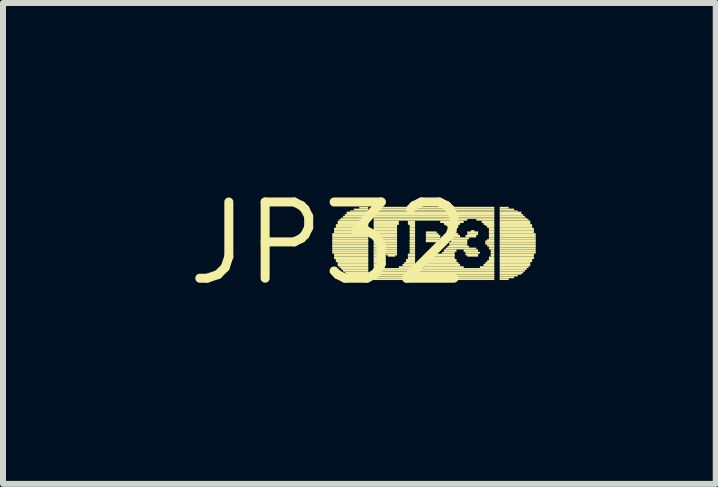
<source format=kicad_pcb>
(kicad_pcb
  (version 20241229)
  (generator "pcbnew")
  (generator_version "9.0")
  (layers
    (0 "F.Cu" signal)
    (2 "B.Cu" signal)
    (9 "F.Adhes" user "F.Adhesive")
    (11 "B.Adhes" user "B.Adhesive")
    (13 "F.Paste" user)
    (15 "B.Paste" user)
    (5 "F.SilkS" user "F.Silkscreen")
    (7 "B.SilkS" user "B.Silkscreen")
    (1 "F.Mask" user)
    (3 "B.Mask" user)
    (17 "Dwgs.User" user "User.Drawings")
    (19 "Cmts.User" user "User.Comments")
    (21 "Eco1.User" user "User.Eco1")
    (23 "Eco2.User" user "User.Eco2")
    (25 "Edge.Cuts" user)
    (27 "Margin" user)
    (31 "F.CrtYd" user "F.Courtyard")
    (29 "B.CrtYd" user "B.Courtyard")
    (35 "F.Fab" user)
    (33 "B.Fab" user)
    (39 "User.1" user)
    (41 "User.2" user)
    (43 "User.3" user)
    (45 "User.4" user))
  (footprint "JP32"
    (layer "F.Cu")
    (at 2.426 1.006)
    (property "Reference" "JP32" (at 0 0 0) (layer "F.SilkS") (effects (font (size 1.27 1.27) (thickness 0.15))))
    (fp_poly (pts (xy 0.06 -0.14) (xy 0.66 -0.14) (xy 0.66 -0.17) (xy 0.06 -0.17)) (stroke (width 0) (type solid)) (fill yes) (layer "F.SilkS"))
    (fp_poly (pts (xy 0.06 -0.1) (xy 0.66 -0.1) (xy 0.66 -0.14) (xy 0.06 -0.14)) (stroke (width 0) (type solid)) (fill yes) (layer "F.SilkS"))
    (fp_poly (pts (xy 0.06 -0.07) (xy 0.66 -0.07) (xy 0.66 -0.1) (xy 0.06 -0.1)) (stroke (width 0) (type solid)) (fill yes) (layer "F.SilkS"))
    (fp_poly (pts (xy 0.06 -0.04) (xy 0.66 -0.04) (xy 0.66 -0.07) (xy 0.06 -0.07)) (stroke (width 0) (type solid)) (fill yes) (layer "F.SilkS"))
    (fp_poly (pts (xy 0.06 -0.02) (xy 0.66 -0.02) (xy 0.66 -0.05) (xy 0.06 -0.05)) (stroke (width 0) (type solid)) (fill yes) (layer "F.SilkS"))
    (fp_poly (pts (xy 0.06 0.02) (xy 0.66 0.02) (xy 0.66 -0.02) (xy 0.06 -0.02)) (stroke (width 0) (type solid)) (fill yes) (layer "F.SilkS"))
    (fp_poly (pts (xy 0.06 0.05) (xy 0.66 0.05) (xy 0.66 0.02) (xy 0.06 0.02)) (stroke (width 0) (type solid)) (fill yes) (layer "F.SilkS"))
    (fp_poly (pts (xy 0.06 0.07) (xy 0.66 0.07) (xy 0.66 0.04) (xy 0.06 0.04)) (stroke (width 0) (type solid)) (fill yes) (layer "F.SilkS"))
    (fp_poly (pts (xy 0.06 0.1) (xy 0.66 0.1) (xy 0.66 0.07) (xy 0.06 0.07)) (stroke (width 0) (type solid)) (fill yes) (layer "F.SilkS"))
    (fp_poly (pts (xy 0.06 0.14) (xy 0.66 0.14) (xy 0.66 0.1) (xy 0.06 0.1)) (stroke (width 0) (type solid)) (fill yes) (layer "F.SilkS"))
    (fp_poly (pts (xy 0.06 0.17) (xy 0.66 0.17) (xy 0.66 0.14) (xy 0.06 0.14)) (stroke (width 0) (type solid)) (fill yes) (layer "F.SilkS"))
    (fp_poly (pts (xy 0.09 -0.22) (xy 0.66 -0.22) (xy 0.66 -0.26) (xy 0.09 -0.26)) (stroke (width 0) (type solid)) (fill yes) (layer "F.SilkS"))
    (fp_poly (pts (xy 0.09 -0.19) (xy 0.66 -0.19) (xy 0.66 -0.22) (xy 0.09 -0.22)) (stroke (width 0) (type solid)) (fill yes) (layer "F.SilkS"))
    (fp_poly (pts (xy 0.09 -0.17) (xy 0.66 -0.17) (xy 0.66 -0.2) (xy 0.09 -0.2)) (stroke (width 0) (type solid)) (fill yes) (layer "F.SilkS"))
    (fp_poly (pts (xy 0.09 0.2) (xy 0.66 0.2) (xy 0.66 0.17) (xy 0.09 0.17)) (stroke (width 0) (type solid)) (fill yes) (layer "F.SilkS"))
    (fp_poly (pts (xy 0.09 0.22) (xy 0.66 0.22) (xy 0.66 0.19) (xy 0.09 0.19)) (stroke (width 0) (type solid)) (fill yes) (layer "F.SilkS"))
    (fp_poly (pts (xy 0.09 0.26) (xy 0.66 0.26) (xy 0.66 0.22) (xy 0.09 0.22)) (stroke (width 0) (type solid)) (fill yes) (layer "F.SilkS"))
    (fp_poly (pts (xy 0.12 -0.29) (xy 0.66 -0.29) (xy 0.66 -0.32) (xy 0.12 -0.32)) (stroke (width 0) (type solid)) (fill yes) (layer "F.SilkS"))
    (fp_poly (pts (xy 0.12 -0.26) (xy 0.66 -0.26) (xy 0.66 -0.29) (xy 0.12 -0.29)) (stroke (width 0) (type solid)) (fill yes) (layer "F.SilkS"))
    (fp_poly (pts (xy 0.12 0.29) (xy 0.66 0.29) (xy 0.66 0.26) (xy 0.12 0.26)) (stroke (width 0) (type solid)) (fill yes) (layer "F.SilkS"))
    (fp_poly (pts (xy 0.12 0.31) (xy 0.66 0.31) (xy 0.66 0.28) (xy 0.12 0.28)) (stroke (width 0) (type solid)) (fill yes) (layer "F.SilkS"))
    (fp_poly (pts (xy 0.15 -0.34) (xy 0.66 -0.34) (xy 0.66 -0.38) (xy 0.15 -0.38)) (stroke (width 0) (type solid)) (fill yes) (layer "F.SilkS"))
    (fp_poly (pts (xy 0.15 -0.31) (xy 0.66 -0.31) (xy 0.66 -0.34) (xy 0.15 -0.34)) (stroke (width 0) (type solid)) (fill yes) (layer "F.SilkS"))
    (fp_poly (pts (xy 0.15 0.34) (xy 0.66 0.34) (xy 0.66 0.31) (xy 0.15 0.31)) (stroke (width 0) (type solid)) (fill yes) (layer "F.SilkS"))
    (fp_poly (pts (xy 0.15 0.38) (xy 0.66 0.38) (xy 0.66 0.34) (xy 0.15 0.34)) (stroke (width 0) (type solid)) (fill yes) (layer "F.SilkS"))
    (fp_poly (pts (xy 0.18 -0.38) (xy 0.66 -0.38) (xy 0.66 -0.41) (xy 0.18 -0.41)) (stroke (width 0) (type solid)) (fill yes) (layer "F.SilkS"))
    (fp_poly (pts (xy 0.18 0.41) (xy 0.66 0.41) (xy 0.66 0.38) (xy 0.18 0.38)) (stroke (width 0) (type solid)) (fill yes) (layer "F.SilkS"))
    (fp_poly (pts (xy 0.21 -0.41) (xy 0.66 -0.41) (xy 0.66 -0.43) (xy 0.21 -0.43)) (stroke (width 0) (type solid)) (fill yes) (layer "F.SilkS"))
    (fp_poly (pts (xy 0.21 0.44) (xy 0.66 0.44) (xy 0.66 0.41) (xy 0.21 0.41)) (stroke (width 0) (type solid)) (fill yes) (layer "F.SilkS"))
    (fp_poly (pts (xy 0.24 -0.43) (xy 0.66 -0.43) (xy 0.66 -0.46) (xy 0.24 -0.46)) (stroke (width 0) (type solid)) (fill yes) (layer "F.SilkS"))
    (fp_poly (pts (xy 0.24 0.47) (xy 0.66 0.47) (xy 0.66 0.44) (xy 0.24 0.44)) (stroke (width 0) (type solid)) (fill yes) (layer "F.SilkS"))
    (fp_poly (pts (xy 0.27 -0.46) (xy 0.66 -0.46) (xy 0.66 -0.49) (xy 0.27 -0.49)) (stroke (width 0) (type solid)) (fill yes) (layer "F.SilkS"))
    (fp_poly (pts (xy 0.27 0.5) (xy 0.66 0.5) (xy 0.66 0.47) (xy 0.27 0.47)) (stroke (width 0) (type solid)) (fill yes) (layer "F.SilkS"))
    (fp_poly (pts (xy 0.3 -0.49) (xy 0.66 -0.49) (xy 0.66 -0.53) (xy 0.3 -0.53)) (stroke (width 0) (type solid)) (fill yes) (layer "F.SilkS"))
    (fp_poly (pts (xy 0.3 0.52) (xy 0.66 0.52) (xy 0.66 0.49) (xy 0.3 0.49)) (stroke (width 0) (type solid)) (fill yes) (layer "F.SilkS"))
    (fp_poly (pts (xy 0.36 -0.53) (xy 0.66 -0.53) (xy 0.66 -0.55) (xy 0.36 -0.55)) (stroke (width 0) (type solid)) (fill yes) (layer "F.SilkS"))
    (fp_poly (pts (xy 0.36 0.55) (xy 0.66 0.55) (xy 0.66 0.52) (xy 0.36 0.52)) (stroke (width 0) (type solid)) (fill yes) (layer "F.SilkS"))
    (fp_poly (pts (xy 0.42 -0.55) (xy 0.66 -0.55) (xy 0.66 -0.58) (xy 0.42 -0.58)) (stroke (width 0) (type solid)) (fill yes) (layer "F.SilkS"))
    (fp_poly (pts (xy 0.42 0.58) (xy 0.66 0.58) (xy 0.66 0.55) (xy 0.42 0.55)) (stroke (width 0) (type solid)) (fill yes) (layer "F.SilkS"))
    (fp_poly (pts (xy 0.51 -0.58) (xy 0.66 -0.58) (xy 0.66 -0.61) (xy 0.51 -0.61)) (stroke (width 0) (type solid)) (fill yes) (layer "F.SilkS"))
    (fp_poly (pts (xy 0.51 0.61) (xy 0.66 0.61) (xy 0.66 0.58) (xy 0.51 0.58)) (stroke (width 0) (type solid)) (fill yes) (layer "F.SilkS"))
    (fp_poly (pts (xy 0.75 -0.58) (xy 2.76 -0.58) (xy 2.76 -0.61) (xy 0.75 -0.61)) (stroke (width 0) (type solid)) (fill yes) (layer "F.SilkS"))
    (fp_poly (pts (xy 0.75 -0.55) (xy 2.76 -0.55) (xy 2.76 -0.58) (xy 0.75 -0.58)) (stroke (width 0) (type solid)) (fill yes) (layer "F.SilkS"))
    (fp_poly (pts (xy 0.75 -0.53) (xy 2.76 -0.53) (xy 2.76 -0.55) (xy 0.75 -0.55)) (stroke (width 0) (type solid)) (fill yes) (layer "F.SilkS"))
    (fp_poly (pts (xy 0.75 -0.49) (xy 2.76 -0.49) (xy 2.76 -0.53) (xy 0.75 -0.53)) (stroke (width 0) (type solid)) (fill yes) (layer "F.SilkS"))
    (fp_poly (pts (xy 0.75 -0.46) (xy 2.76 -0.46) (xy 2.76 -0.49) (xy 0.75 -0.49)) (stroke (width 0) (type solid)) (fill yes) (layer "F.SilkS"))
    (fp_poly (pts (xy 0.75 -0.43) (xy 2.76 -0.43) (xy 2.76 -0.46) (xy 0.75 -0.46)) (stroke (width 0) (type solid)) (fill yes) (layer "F.SilkS"))
    (fp_poly (pts (xy 0.75 -0.41) (xy 2.76 -0.41) (xy 2.76 -0.43) (xy 0.75 -0.43)) (stroke (width 0) (type solid)) (fill yes) (layer "F.SilkS"))
    (fp_poly (pts (xy 0.75 -0.38) (xy 2.31 -0.38) (xy 2.31 -0.41) (xy 0.75 -0.41)) (stroke (width 0) (type solid)) (fill yes) (layer "F.SilkS"))
    (fp_poly (pts (xy 0.75 -0.34) (xy 1.17 -0.34) (xy 1.17 -0.38) (xy 0.75 -0.38)) (stroke (width 0) (type solid)) (fill yes) (layer "F.SilkS"))
    (fp_poly (pts (xy 0.75 -0.31) (xy 1.17 -0.31) (xy 1.17 -0.34) (xy 0.75 -0.34)) (stroke (width 0) (type solid)) (fill yes) (layer "F.SilkS"))
    (fp_poly (pts (xy 0.75 -0.29) (xy 1.14 -0.29) (xy 1.14 -0.32) (xy 0.75 -0.32)) (stroke (width 0) (type solid)) (fill yes) (layer "F.SilkS"))
    (fp_poly (pts (xy 0.75 -0.26) (xy 1.14 -0.26) (xy 1.14 -0.29) (xy 0.75 -0.29)) (stroke (width 0) (type solid)) (fill yes) (layer "F.SilkS"))
    (fp_poly (pts (xy 0.75 -0.22) (xy 1.14 -0.22) (xy 1.14 -0.26) (xy 0.75 -0.26)) (stroke (width 0) (type solid)) (fill yes) (layer "F.SilkS"))
    (fp_poly (pts (xy 0.75 -0.19) (xy 1.14 -0.19) (xy 1.14 -0.22) (xy 0.75 -0.22)) (stroke (width 0) (type solid)) (fill yes) (layer "F.SilkS"))
    (fp_poly (pts (xy 0.75 -0.17) (xy 1.14 -0.17) (xy 1.14 -0.2) (xy 0.75 -0.2)) (stroke (width 0) (type solid)) (fill yes) (layer "F.SilkS"))
    (fp_poly (pts (xy 0.75 -0.14) (xy 1.14 -0.14) (xy 1.14 -0.17) (xy 0.75 -0.17)) (stroke (width 0) (type solid)) (fill yes) (layer "F.SilkS"))
    (fp_poly (pts (xy 0.75 -0.1) (xy 1.14 -0.1) (xy 1.14 -0.14) (xy 0.75 -0.14)) (stroke (width 0) (type solid)) (fill yes) (layer "F.SilkS"))
    (fp_poly (pts (xy 0.75 -0.07) (xy 1.14 -0.07) (xy 1.14 -0.1) (xy 0.75 -0.1)) (stroke (width 0) (type solid)) (fill yes) (layer "F.SilkS"))
    (fp_poly (pts (xy 0.75 -0.04) (xy 1.14 -0.04) (xy 1.14 -0.07) (xy 0.75 -0.07)) (stroke (width 0) (type solid)) (fill yes) (layer "F.SilkS"))
    (fp_poly (pts (xy 0.75 -0.02) (xy 1.14 -0.02) (xy 1.14 -0.05) (xy 0.75 -0.05)) (stroke (width 0) (type solid)) (fill yes) (layer "F.SilkS"))
    (fp_poly (pts (xy 0.75 0.02) (xy 1.14 0.02) (xy 1.14 -0.02) (xy 0.75 -0.02)) (stroke (width 0) (type solid)) (fill yes) (layer "F.SilkS"))
    (fp_poly (pts (xy 0.75 0.05) (xy 1.14 0.05) (xy 1.14 0.02) (xy 0.75 0.02)) (stroke (width 0) (type solid)) (fill yes) (layer "F.SilkS"))
    (fp_poly (pts (xy 0.75 0.07) (xy 1.14 0.07) (xy 1.14 0.04) (xy 0.75 0.04)) (stroke (width 0) (type solid)) (fill yes) (layer "F.SilkS"))
    (fp_poly (pts (xy 0.75 0.1) (xy 1.14 0.1) (xy 1.14 0.07) (xy 0.75 0.07)) (stroke (width 0) (type solid)) (fill yes) (layer "F.SilkS"))
    (fp_poly (pts (xy 0.75 0.14) (xy 1.14 0.14) (xy 1.14 0.1) (xy 0.75 0.1)) (stroke (width 0) (type solid)) (fill yes) (layer "F.SilkS"))
    (fp_poly (pts (xy 0.75 0.17) (xy 1.14 0.17) (xy 1.14 0.14) (xy 0.75 0.14)) (stroke (width 0) (type solid)) (fill yes) (layer "F.SilkS"))
    (fp_poly (pts (xy 0.75 0.2) (xy 0.87 0.2) (xy 0.87 0.17) (xy 0.75 0.17)) (stroke (width 0) (type solid)) (fill yes) (layer "F.SilkS"))
    (fp_poly (pts (xy 0.75 0.22) (xy 0.84 0.22) (xy 0.84 0.19) (xy 0.75 0.19)) (stroke (width 0) (type solid)) (fill yes) (layer "F.SilkS"))
    (fp_poly (pts (xy 0.75 0.26) (xy 0.81 0.26) (xy 0.81 0.22) (xy 0.75 0.22)) (stroke (width 0) (type solid)) (fill yes) (layer "F.SilkS"))
    (fp_poly (pts (xy 0.75 0.29) (xy 0.81 0.29) (xy 0.81 0.26) (xy 0.75 0.26)) (stroke (width 0) (type solid)) (fill yes) (layer "F.SilkS"))
    (fp_poly (pts (xy 0.75 0.31) (xy 0.81 0.31) (xy 0.81 0.28) (xy 0.75 0.28)) (stroke (width 0) (type solid)) (fill yes) (layer "F.SilkS"))
    (fp_poly (pts (xy 0.75 0.34) (xy 0.84 0.34) (xy 0.84 0.31) (xy 0.75 0.31)) (stroke (width 0) (type solid)) (fill yes) (layer "F.SilkS"))
    (fp_poly (pts (xy 0.75 0.38) (xy 0.87 0.38) (xy 0.87 0.34) (xy 0.75 0.34)) (stroke (width 0) (type solid)) (fill yes) (layer "F.SilkS"))
    (fp_poly (pts (xy 0.75 0.41) (xy 0.93 0.41) (xy 0.93 0.38) (xy 0.75 0.38)) (stroke (width 0) (type solid)) (fill yes) (layer "F.SilkS"))
    (fp_poly (pts (xy 0.75 0.44) (xy 2.76 0.44) (xy 2.76 0.41) (xy 0.75 0.41)) (stroke (width 0) (type solid)) (fill yes) (layer "F.SilkS"))
    (fp_poly (pts (xy 0.75 0.47) (xy 2.76 0.47) (xy 2.76 0.44) (xy 0.75 0.44)) (stroke (width 0) (type solid)) (fill yes) (layer "F.SilkS"))
    (fp_poly (pts (xy 0.75 0.5) (xy 2.76 0.5) (xy 2.76 0.47) (xy 0.75 0.47)) (stroke (width 0) (type solid)) (fill yes) (layer "F.SilkS"))
    (fp_poly (pts (xy 0.75 0.52) (xy 2.76 0.52) (xy 2.76 0.49) (xy 0.75 0.49)) (stroke (width 0) (type solid)) (fill yes) (layer "F.SilkS"))
    (fp_poly (pts (xy 0.75 0.55) (xy 2.76 0.55) (xy 2.76 0.52) (xy 0.75 0.52)) (stroke (width 0) (type solid)) (fill yes) (layer "F.SilkS"))
    (fp_poly (pts (xy 0.75 0.58) (xy 2.76 0.58) (xy 2.76 0.55) (xy 0.75 0.55)) (stroke (width 0) (type solid)) (fill yes) (layer "F.SilkS"))
    (fp_poly (pts (xy 0.75 0.61) (xy 2.76 0.61) (xy 2.76 0.58) (xy 0.75 0.58)) (stroke (width 0) (type solid)) (fill yes) (layer "F.SilkS"))
    (fp_poly (pts (xy 0.96 0.2) (xy 1.14 0.2) (xy 1.14 0.17) (xy 0.96 0.17)) (stroke (width 0) (type solid)) (fill yes) (layer "F.SilkS"))
    (fp_poly (pts (xy 0.99 0.22) (xy 1.11 0.22) (xy 1.11 0.19) (xy 0.99 0.19)) (stroke (width 0) (type solid)) (fill yes) (layer "F.SilkS"))
    (fp_poly (pts (xy 1.17 0.41) (xy 1.47 0.41) (xy 1.47 0.38) (xy 1.17 0.38)) (stroke (width 0) (type solid)) (fill yes) (layer "F.SilkS"))
    (fp_poly (pts (xy 1.23 0.38) (xy 1.44 0.38) (xy 1.44 0.34) (xy 1.23 0.34)) (stroke (width 0) (type solid)) (fill yes) (layer "F.SilkS"))
    (fp_poly (pts (xy 1.26 0.34) (xy 1.44 0.34) (xy 1.44 0.31) (xy 1.26 0.31)) (stroke (width 0) (type solid)) (fill yes) (layer "F.SilkS"))
    (fp_poly (pts (xy 1.29 0.29) (xy 1.44 0.29) (xy 1.44 0.26) (xy 1.29 0.26)) (stroke (width 0) (type solid)) (fill yes) (layer "F.SilkS"))
    (fp_poly (pts (xy 1.29 0.31) (xy 1.44 0.31) (xy 1.44 0.28) (xy 1.29 0.28)) (stroke (width 0) (type solid)) (fill yes) (layer "F.SilkS"))
    (fp_poly (pts (xy 1.32 -0.34) (xy 1.44 -0.34) (xy 1.44 -0.38) (xy 1.32 -0.38)) (stroke (width 0) (type solid)) (fill yes) (layer "F.SilkS"))
    (fp_poly (pts (xy 1.32 -0.31) (xy 1.44 -0.31) (xy 1.44 -0.34) (xy 1.32 -0.34)) (stroke (width 0) (type solid)) (fill yes) (layer "F.SilkS"))
    (fp_poly (pts (xy 1.32 0.2) (xy 1.44 0.2) (xy 1.44 0.17) (xy 1.32 0.17)) (stroke (width 0) (type solid)) (fill yes) (layer "F.SilkS"))
    (fp_poly (pts (xy 1.32 0.22) (xy 1.44 0.22) (xy 1.44 0.19) (xy 1.32 0.19)) (stroke (width 0) (type solid)) (fill yes) (layer "F.SilkS"))
    (fp_poly (pts (xy 1.32 0.26) (xy 1.44 0.26) (xy 1.44 0.22) (xy 1.32 0.22)) (stroke (width 0) (type solid)) (fill yes) (layer "F.SilkS"))
    (fp_poly (pts (xy 1.35 -0.29) (xy 1.44 -0.29) (xy 1.44 -0.32) (xy 1.35 -0.32)) (stroke (width 0) (type solid)) (fill yes) (layer "F.SilkS"))
    (fp_poly (pts (xy 1.35 -0.26) (xy 1.44 -0.26) (xy 1.44 -0.29) (xy 1.35 -0.29)) (stroke (width 0) (type solid)) (fill yes) (layer "F.SilkS"))
    (fp_poly (pts (xy 1.35 -0.22) (xy 1.44 -0.22) (xy 1.44 -0.26) (xy 1.35 -0.26)) (stroke (width 0) (type solid)) (fill yes) (layer "F.SilkS"))
    (fp_poly (pts (xy 1.35 -0.19) (xy 1.44 -0.19) (xy 1.44 -0.22) (xy 1.35 -0.22)) (stroke (width 0) (type solid)) (fill yes) (layer "F.SilkS"))
    (fp_poly (pts (xy 1.35 -0.17) (xy 1.44 -0.17) (xy 1.44 -0.2) (xy 1.35 -0.2)) (stroke (width 0) (type solid)) (fill yes) (layer "F.SilkS"))
    (fp_poly (pts (xy 1.35 -0.14) (xy 1.44 -0.14) (xy 1.44 -0.17) (xy 1.35 -0.17)) (stroke (width 0) (type solid)) (fill yes) (layer "F.SilkS"))
    (fp_poly (pts (xy 1.35 -0.1) (xy 1.44 -0.1) (xy 1.44 -0.14) (xy 1.35 -0.14)) (stroke (width 0) (type solid)) (fill yes) (layer "F.SilkS"))
    (fp_poly (pts (xy 1.35 -0.07) (xy 1.44 -0.07) (xy 1.44 -0.1) (xy 1.35 -0.1)) (stroke (width 0) (type solid)) (fill yes) (layer "F.SilkS"))
    (fp_poly (pts (xy 1.35 -0.04) (xy 1.44 -0.04) (xy 1.44 -0.07) (xy 1.35 -0.07)) (stroke (width 0) (type solid)) (fill yes) (layer "F.SilkS"))
    (fp_poly (pts (xy 1.35 -0.02) (xy 1.44 -0.02) (xy 1.44 -0.05) (xy 1.35 -0.05)) (stroke (width 0) (type solid)) (fill yes) (layer "F.SilkS"))
    (fp_poly (pts (xy 1.35 0.02) (xy 1.44 0.02) (xy 1.44 -0.02) (xy 1.35 -0.02)) (stroke (width 0) (type solid)) (fill yes) (layer "F.SilkS"))
    (fp_poly (pts (xy 1.35 0.05) (xy 1.44 0.05) (xy 1.44 0.02) (xy 1.35 0.02)) (stroke (width 0) (type solid)) (fill yes) (layer "F.SilkS"))
    (fp_poly (pts (xy 1.35 0.07) (xy 1.44 0.07) (xy 1.44 0.04) (xy 1.35 0.04)) (stroke (width 0) (type solid)) (fill yes) (layer "F.SilkS"))
    (fp_poly (pts (xy 1.35 0.1) (xy 1.44 0.1) (xy 1.44 0.07) (xy 1.35 0.07)) (stroke (width 0) (type solid)) (fill yes) (layer "F.SilkS"))
    (fp_poly (pts (xy 1.35 0.14) (xy 1.44 0.14) (xy 1.44 0.1) (xy 1.35 0.1)) (stroke (width 0) (type solid)) (fill yes) (layer "F.SilkS"))
    (fp_poly (pts (xy 1.35 0.17) (xy 1.44 0.17) (xy 1.44 0.14) (xy 1.35 0.14)) (stroke (width 0) (type solid)) (fill yes) (layer "F.SilkS"))
    (fp_poly (pts (xy 1.59 0.41) (xy 2.25 0.41) (xy 2.25 0.38) (xy 1.59 0.38)) (stroke (width 0) (type solid)) (fill yes) (layer "F.SilkS"))
    (fp_poly (pts (xy 1.62 -0.17) (xy 1.8 -0.17) (xy 1.8 -0.2) (xy 1.62 -0.2)) (stroke (width 0) (type solid)) (fill yes) (layer "F.SilkS"))
    (fp_poly (pts (xy 1.62 -0.14) (xy 1.83 -0.14) (xy 1.83 -0.17) (xy 1.62 -0.17)) (stroke (width 0) (type solid)) (fill yes) (layer "F.SilkS"))
    (fp_poly (pts (xy 1.62 -0.1) (xy 1.86 -0.1) (xy 1.86 -0.14) (xy 1.62 -0.14)) (stroke (width 0) (type solid)) (fill yes) (layer "F.SilkS"))
    (fp_poly (pts (xy 1.62 -0.07) (xy 1.86 -0.07) (xy 1.86 -0.1) (xy 1.62 -0.1)) (stroke (width 0) (type solid)) (fill yes) (layer "F.SilkS"))
    (fp_poly (pts (xy 1.62 -0.04) (xy 1.83 -0.04) (xy 1.83 -0.07) (xy 1.62 -0.07)) (stroke (width 0) (type solid)) (fill yes) (layer "F.SilkS"))
    (fp_poly (pts (xy 1.62 -0.02) (xy 1.83 -0.02) (xy 1.83 -0.05) (xy 1.62 -0.05)) (stroke (width 0) (type solid)) (fill yes) (layer "F.SilkS"))
    (fp_poly (pts (xy 1.62 0.22) (xy 2.1 0.22) (xy 2.1 0.19) (xy 1.62 0.19)) (stroke (width 0) (type solid)) (fill yes) (layer "F.SilkS"))
    (fp_poly (pts (xy 1.62 0.26) (xy 2.1 0.26) (xy 2.1 0.22) (xy 1.62 0.22)) (stroke (width 0) (type solid)) (fill yes) (layer "F.SilkS"))
    (fp_poly (pts (xy 1.62 0.29) (xy 2.13 0.29) (xy 2.13 0.26) (xy 1.62 0.26)) (stroke (width 0) (type solid)) (fill yes) (layer "F.SilkS"))
    (fp_poly (pts (xy 1.62 0.31) (xy 2.13 0.31) (xy 2.13 0.28) (xy 1.62 0.28)) (stroke (width 0) (type solid)) (fill yes) (layer "F.SilkS"))
    (fp_poly (pts (xy 1.62 0.34) (xy 2.16 0.34) (xy 2.16 0.31) (xy 1.62 0.31)) (stroke (width 0) (type solid)) (fill yes) (layer "F.SilkS"))
    (fp_poly (pts (xy 1.62 0.38) (xy 2.19 0.38) (xy 2.19 0.34) (xy 1.62 0.34)) (stroke (width 0) (type solid)) (fill yes) (layer "F.SilkS"))
    (fp_poly (pts (xy 1.8 0.2) (xy 2.1 0.2) (xy 2.1 0.17) (xy 1.8 0.17)) (stroke (width 0) (type solid)) (fill yes) (layer "F.SilkS"))
    (fp_poly (pts (xy 1.86 -0.34) (xy 2.25 -0.34) (xy 2.25 -0.38) (xy 1.86 -0.38)) (stroke (width 0) (type solid)) (fill yes) (layer "F.SilkS"))
    (fp_poly (pts (xy 1.89 0.17) (xy 2.1 0.17) (xy 2.1 0.14) (xy 1.89 0.14)) (stroke (width 0) (type solid)) (fill yes) (layer "F.SilkS"))
    (fp_poly (pts (xy 1.92 -0.31) (xy 2.19 -0.31) (xy 2.19 -0.34) (xy 1.92 -0.34)) (stroke (width 0) (type solid)) (fill yes) (layer "F.SilkS"))
    (fp_poly (pts (xy 1.92 0.14) (xy 2.13 0.14) (xy 2.13 0.1) (xy 1.92 0.1)) (stroke (width 0) (type solid)) (fill yes) (layer "F.SilkS"))
    (fp_poly (pts (xy 1.95 -0.29) (xy 2.16 -0.29) (xy 2.16 -0.32) (xy 1.95 -0.32)) (stroke (width 0) (type solid)) (fill yes) (layer "F.SilkS"))
    (fp_poly (pts (xy 1.95 0.1) (xy 2.46 0.1) (xy 2.46 0.07) (xy 1.95 0.07)) (stroke (width 0) (type solid)) (fill yes) (layer "F.SilkS"))
    (fp_poly (pts (xy 1.98 -0.26) (xy 2.16 -0.26) (xy 2.16 -0.29) (xy 1.98 -0.29)) (stroke (width 0) (type solid)) (fill yes) (layer "F.SilkS"))
    (fp_poly (pts (xy 1.98 0.07) (xy 2.34 0.07) (xy 2.34 0.04) (xy 1.98 0.04)) (stroke (width 0) (type solid)) (fill yes) (layer "F.SilkS"))
    (fp_poly (pts (xy 2.01 -0.22) (xy 2.13 -0.22) (xy 2.13 -0.26) (xy 2.01 -0.26)) (stroke (width 0) (type solid)) (fill yes) (layer "F.SilkS"))
    (fp_poly (pts (xy 2.01 -0.19) (xy 2.13 -0.19) (xy 2.13 -0.22) (xy 2.01 -0.22)) (stroke (width 0) (type solid)) (fill yes) (layer "F.SilkS"))
    (fp_poly (pts (xy 2.01 -0.17) (xy 2.13 -0.17) (xy 2.13 -0.2) (xy 2.01 -0.2)) (stroke (width 0) (type solid)) (fill yes) (layer "F.SilkS"))
    (fp_poly (pts (xy 2.01 0.02) (xy 2.31 0.02) (xy 2.31 -0.02) (xy 2.01 -0.02)) (stroke (width 0) (type solid)) (fill yes) (layer "F.SilkS"))
    (fp_poly (pts (xy 2.01 0.05) (xy 2.31 0.05) (xy 2.31 0.02) (xy 2.01 0.02)) (stroke (width 0) (type solid)) (fill yes) (layer "F.SilkS"))
    (fp_poly (pts (xy 2.04 -0.14) (xy 2.16 -0.14) (xy 2.16 -0.17) (xy 2.04 -0.17)) (stroke (width 0) (type solid)) (fill yes) (layer "F.SilkS"))
    (fp_poly (pts (xy 2.04 -0.1) (xy 2.19 -0.1) (xy 2.19 -0.14) (xy 2.04 -0.14)) (stroke (width 0) (type solid)) (fill yes) (layer "F.SilkS"))
    (fp_poly (pts (xy 2.04 -0.07) (xy 2.34 -0.07) (xy 2.34 -0.1) (xy 2.04 -0.1)) (stroke (width 0) (type solid)) (fill yes) (layer "F.SilkS"))
    (fp_poly (pts (xy 2.04 -0.04) (xy 2.31 -0.04) (xy 2.31 -0.07) (xy 2.04 -0.07)) (stroke (width 0) (type solid)) (fill yes) (layer "F.SilkS"))
    (fp_poly (pts (xy 2.04 -0.02) (xy 2.31 -0.02) (xy 2.31 -0.05) (xy 2.04 -0.05)) (stroke (width 0) (type solid)) (fill yes) (layer "F.SilkS"))
    (fp_poly (pts (xy 2.25 0.14) (xy 2.49 0.14) (xy 2.49 0.1) (xy 2.25 0.1)) (stroke (width 0) (type solid)) (fill yes) (layer "F.SilkS"))
    (fp_poly (pts (xy 2.28 -0.1) (xy 2.46 -0.1) (xy 2.46 -0.14) (xy 2.28 -0.14)) (stroke (width 0) (type solid)) (fill yes) (layer "F.SilkS"))
    (fp_poly (pts (xy 2.28 0.17) (xy 2.52 0.17) (xy 2.52 0.14) (xy 2.28 0.14)) (stroke (width 0) (type solid)) (fill yes) (layer "F.SilkS"))
    (fp_poly (pts (xy 2.28 0.2) (xy 2.49 0.2) (xy 2.49 0.17) (xy 2.28 0.17)) (stroke (width 0) (type solid)) (fill yes) (layer "F.SilkS"))
    (fp_poly (pts (xy 2.31 -0.17) (xy 2.49 -0.17) (xy 2.49 -0.2) (xy 2.31 -0.2)) (stroke (width 0) (type solid)) (fill yes) (layer "F.SilkS"))
    (fp_poly (pts (xy 2.31 -0.14) (xy 2.49 -0.14) (xy 2.49 -0.17) (xy 2.31 -0.17)) (stroke (width 0) (type solid)) (fill yes) (layer "F.SilkS"))
    (fp_poly (pts (xy 2.31 0.22) (xy 2.49 0.22) (xy 2.49 0.19) (xy 2.31 0.19)) (stroke (width 0) (type solid)) (fill yes) (layer "F.SilkS"))
    (fp_poly (pts (xy 2.37 -0.19) (xy 2.43 -0.19) (xy 2.43 -0.22) (xy 2.37 -0.22)) (stroke (width 0) (type solid)) (fill yes) (layer "F.SilkS"))
    (fp_poly (pts (xy 2.46 -0.38) (xy 2.76 -0.38) (xy 2.76 -0.41) (xy 2.46 -0.41)) (stroke (width 0) (type solid)) (fill yes) (layer "F.SilkS"))
    (fp_poly (pts (xy 2.52 0.41) (xy 2.76 0.41) (xy 2.76 0.38) (xy 2.52 0.38)) (stroke (width 0) (type solid)) (fill yes) (layer "F.SilkS"))
    (fp_poly (pts (xy 2.55 -0.34) (xy 2.76 -0.34) (xy 2.76 -0.38) (xy 2.55 -0.38)) (stroke (width 0) (type solid)) (fill yes) (layer "F.SilkS"))
    (fp_poly (pts (xy 2.58 -0.31) (xy 2.76 -0.31) (xy 2.76 -0.34) (xy 2.58 -0.34)) (stroke (width 0) (type solid)) (fill yes) (layer "F.SilkS"))
    (fp_poly (pts (xy 2.58 0.38) (xy 2.76 0.38) (xy 2.76 0.34) (xy 2.58 0.34)) (stroke (width 0) (type solid)) (fill yes) (layer "F.SilkS"))
    (fp_poly (pts (xy 2.61 -0.29) (xy 2.76 -0.29) (xy 2.76 -0.32) (xy 2.61 -0.32)) (stroke (width 0) (type solid)) (fill yes) (layer "F.SilkS"))
    (fp_poly (pts (xy 2.61 -0.02) (xy 2.76 -0.02) (xy 2.76 -0.05) (xy 2.61 -0.05)) (stroke (width 0) (type solid)) (fill yes) (layer "F.SilkS"))
    (fp_poly (pts (xy 2.61 0.02) (xy 2.76 0.02) (xy 2.76 -0.02) (xy 2.61 -0.02)) (stroke (width 0) (type solid)) (fill yes) (layer "F.SilkS"))
    (fp_poly (pts (xy 2.61 0.34) (xy 2.76 0.34) (xy 2.76 0.31) (xy 2.61 0.31)) (stroke (width 0) (type solid)) (fill yes) (layer "F.SilkS"))
    (fp_poly (pts (xy 2.64 -0.26) (xy 2.76 -0.26) (xy 2.76 -0.29) (xy 2.64 -0.29)) (stroke (width 0) (type solid)) (fill yes) (layer "F.SilkS"))
    (fp_poly (pts (xy 2.64 -0.04) (xy 2.76 -0.04) (xy 2.76 -0.07) (xy 2.64 -0.07)) (stroke (width 0) (type solid)) (fill yes) (layer "F.SilkS"))
    (fp_poly (pts (xy 2.64 0.05) (xy 2.76 0.05) (xy 2.76 0.02) (xy 2.64 0.02)) (stroke (width 0) (type solid)) (fill yes) (layer "F.SilkS"))
    (fp_poly (pts (xy 2.64 0.31) (xy 2.76 0.31) (xy 2.76 0.28) (xy 2.64 0.28)) (stroke (width 0) (type solid)) (fill yes) (layer "F.SilkS"))
    (fp_poly (pts (xy 2.67 -0.22) (xy 2.76 -0.22) (xy 2.76 -0.26) (xy 2.67 -0.26)) (stroke (width 0) (type solid)) (fill yes) (layer "F.SilkS"))
    (fp_poly (pts (xy 2.67 -0.19) (xy 2.76 -0.19) (xy 2.76 -0.22) (xy 2.67 -0.22)) (stroke (width 0) (type solid)) (fill yes) (layer "F.SilkS"))
    (fp_poly (pts (xy 2.67 -0.17) (xy 2.76 -0.17) (xy 2.76 -0.2) (xy 2.67 -0.2)) (stroke (width 0) (type solid)) (fill yes) (layer "F.SilkS"))
    (fp_poly (pts (xy 2.67 -0.14) (xy 2.76 -0.14) (xy 2.76 -0.17) (xy 2.67 -0.17)) (stroke (width 0) (type solid)) (fill yes) (layer "F.SilkS"))
    (fp_poly (pts (xy 2.67 -0.1) (xy 2.76 -0.1) (xy 2.76 -0.14) (xy 2.67 -0.14)) (stroke (width 0) (type solid)) (fill yes) (layer "F.SilkS"))
    (fp_poly (pts (xy 2.67 -0.07) (xy 2.76 -0.07) (xy 2.76 -0.1) (xy 2.67 -0.1)) (stroke (width 0) (type solid)) (fill yes) (layer "F.SilkS"))
    (fp_poly (pts (xy 2.67 0.07) (xy 2.76 0.07) (xy 2.76 0.04) (xy 2.67 0.04)) (stroke (width 0) (type solid)) (fill yes) (layer "F.SilkS"))
    (fp_poly (pts (xy 2.67 0.1) (xy 2.76 0.1) (xy 2.76 0.07) (xy 2.67 0.07)) (stroke (width 0) (type solid)) (fill yes) (layer "F.SilkS"))
    (fp_poly (pts (xy 2.67 0.26) (xy 2.76 0.26) (xy 2.76 0.22) (xy 2.67 0.22)) (stroke (width 0) (type solid)) (fill yes) (layer "F.SilkS"))
    (fp_poly (pts (xy 2.67 0.29) (xy 2.76 0.29) (xy 2.76 0.26) (xy 2.67 0.26)) (stroke (width 0) (type solid)) (fill yes) (layer "F.SilkS"))
    (fp_poly (pts (xy 2.7 0.14) (xy 2.76 0.14) (xy 2.76 0.1) (xy 2.7 0.1)) (stroke (width 0) (type solid)) (fill yes) (layer "F.SilkS"))
    (fp_poly (pts (xy 2.7 0.17) (xy 2.76 0.17) (xy 2.76 0.14) (xy 2.7 0.14)) (stroke (width 0) (type solid)) (fill yes) (layer "F.SilkS"))
    (fp_poly (pts (xy 2.7 0.2) (xy 2.76 0.2) (xy 2.76 0.17) (xy 2.7 0.17)) (stroke (width 0) (type solid)) (fill yes) (layer "F.SilkS"))
    (fp_poly (pts (xy 2.7 0.22) (xy 2.76 0.22) (xy 2.76 0.19) (xy 2.7 0.19)) (stroke (width 0) (type solid)) (fill yes) (layer "F.SilkS"))
    (fp_poly (pts (xy 2.85 -0.58) (xy 3 -0.58) (xy 3 -0.61) (xy 2.85 -0.61)) (stroke (width 0) (type solid)) (fill yes) (layer "F.SilkS"))
    (fp_poly (pts (xy 2.85 -0.55) (xy 3.09 -0.55) (xy 3.09 -0.58) (xy 2.85 -0.58)) (stroke (width 0) (type solid)) (fill yes) (layer "F.SilkS"))
    (fp_poly (pts (xy 2.85 -0.53) (xy 3.15 -0.53) (xy 3.15 -0.55) (xy 2.85 -0.55)) (stroke (width 0) (type solid)) (fill yes) (layer "F.SilkS"))
    (fp_poly (pts (xy 2.85 -0.49) (xy 3.21 -0.49) (xy 3.21 -0.53) (xy 2.85 -0.53)) (stroke (width 0) (type solid)) (fill yes) (layer "F.SilkS"))
    (fp_poly (pts (xy 2.85 -0.46) (xy 3.24 -0.46) (xy 3.24 -0.49) (xy 2.85 -0.49)) (stroke (width 0) (type solid)) (fill yes) (layer "F.SilkS"))
    (fp_poly (pts (xy 2.85 -0.43) (xy 3.27 -0.43) (xy 3.27 -0.46) (xy 2.85 -0.46)) (stroke (width 0) (type solid)) (fill yes) (layer "F.SilkS"))
    (fp_poly (pts (xy 2.85 -0.41) (xy 3.3 -0.41) (xy 3.3 -0.43) (xy 2.85 -0.43)) (stroke (width 0) (type solid)) (fill yes) (layer "F.SilkS"))
    (fp_poly (pts (xy 2.85 -0.38) (xy 3.33 -0.38) (xy 3.33 -0.41) (xy 2.85 -0.41)) (stroke (width 0) (type solid)) (fill yes) (layer "F.SilkS"))
    (fp_poly (pts (xy 2.85 -0.34) (xy 3.36 -0.34) (xy 3.36 -0.38) (xy 2.85 -0.38)) (stroke (width 0) (type solid)) (fill yes) (layer "F.SilkS"))
    (fp_poly (pts (xy 2.85 -0.31) (xy 3.36 -0.31) (xy 3.36 -0.34) (xy 2.85 -0.34)) (stroke (width 0) (type solid)) (fill yes) (layer "F.SilkS"))
    (fp_poly (pts (xy 2.85 -0.29) (xy 3.39 -0.29) (xy 3.39 -0.32) (xy 2.85 -0.32)) (stroke (width 0) (type solid)) (fill yes) (layer "F.SilkS"))
    (fp_poly (pts (xy 2.85 -0.26) (xy 3.39 -0.26) (xy 3.39 -0.29) (xy 2.85 -0.29)) (stroke (width 0) (type solid)) (fill yes) (layer "F.SilkS"))
    (fp_poly (pts (xy 2.85 -0.22) (xy 3.42 -0.22) (xy 3.42 -0.26) (xy 2.85 -0.26)) (stroke (width 0) (type solid)) (fill yes) (layer "F.SilkS"))
    (fp_poly (pts (xy 2.85 -0.19) (xy 3.42 -0.19) (xy 3.42 -0.22) (xy 2.85 -0.22)) (stroke (width 0) (type solid)) (fill yes) (layer "F.SilkS"))
    (fp_poly (pts (xy 2.85 -0.17) (xy 3.42 -0.17) (xy 3.42 -0.2) (xy 2.85 -0.2)) (stroke (width 0) (type solid)) (fill yes) (layer "F.SilkS"))
    (fp_poly (pts (xy 2.85 -0.14) (xy 3.45 -0.14) (xy 3.45 -0.17) (xy 2.85 -0.17)) (stroke (width 0) (type solid)) (fill yes) (layer "F.SilkS"))
    (fp_poly (pts (xy 2.85 -0.1) (xy 3.45 -0.1) (xy 3.45 -0.14) (xy 2.85 -0.14)) (stroke (width 0) (type solid)) (fill yes) (layer "F.SilkS"))
    (fp_poly (pts (xy 2.85 -0.07) (xy 3.45 -0.07) (xy 3.45 -0.1) (xy 2.85 -0.1)) (stroke (width 0) (type solid)) (fill yes) (layer "F.SilkS"))
    (fp_poly (pts (xy 2.85 -0.04) (xy 3.45 -0.04) (xy 3.45 -0.07) (xy 2.85 -0.07)) (stroke (width 0) (type solid)) (fill yes) (layer "F.SilkS"))
    (fp_poly (pts (xy 2.85 -0.02) (xy 3.45 -0.02) (xy 3.45 -0.05) (xy 2.85 -0.05)) (stroke (width 0) (type solid)) (fill yes) (layer "F.SilkS"))
    (fp_poly (pts (xy 2.85 0.02) (xy 3.45 0.02) (xy 3.45 -0.02) (xy 2.85 -0.02)) (stroke (width 0) (type solid)) (fill yes) (layer "F.SilkS"))
    (fp_poly (pts (xy 2.85 0.05) (xy 3.45 0.05) (xy 3.45 0.02) (xy 2.85 0.02)) (stroke (width 0) (type solid)) (fill yes) (layer "F.SilkS"))
    (fp_poly (pts (xy 2.85 0.07) (xy 3.45 0.07) (xy 3.45 0.04) (xy 2.85 0.04)) (stroke (width 0) (type solid)) (fill yes) (layer "F.SilkS"))
    (fp_poly (pts (xy 2.85 0.1) (xy 3.45 0.1) (xy 3.45 0.07) (xy 2.85 0.07)) (stroke (width 0) (type solid)) (fill yes) (layer "F.SilkS"))
    (fp_poly (pts (xy 2.85 0.14) (xy 3.45 0.14) (xy 3.45 0.1) (xy 2.85 0.1)) (stroke (width 0) (type solid)) (fill yes) (layer "F.SilkS"))
    (fp_poly (pts (xy 2.85 0.17) (xy 3.45 0.17) (xy 3.45 0.14) (xy 2.85 0.14)) (stroke (width 0) (type solid)) (fill yes) (layer "F.SilkS"))
    (fp_poly (pts (xy 2.85 0.2) (xy 3.42 0.2) (xy 3.42 0.17) (xy 2.85 0.17)) (stroke (width 0) (type solid)) (fill yes) (layer "F.SilkS"))
    (fp_poly (pts (xy 2.85 0.22) (xy 3.42 0.22) (xy 3.42 0.19) (xy 2.85 0.19)) (stroke (width 0) (type solid)) (fill yes) (layer "F.SilkS"))
    (fp_poly (pts (xy 2.85 0.26) (xy 3.42 0.26) (xy 3.42 0.22) (xy 2.85 0.22)) (stroke (width 0) (type solid)) (fill yes) (layer "F.SilkS"))
    (fp_poly (pts (xy 2.85 0.29) (xy 3.39 0.29) (xy 3.39 0.26) (xy 2.85 0.26)) (stroke (width 0) (type solid)) (fill yes) (layer "F.SilkS"))
    (fp_poly (pts (xy 2.85 0.31) (xy 3.39 0.31) (xy 3.39 0.28) (xy 2.85 0.28)) (stroke (width 0) (type solid)) (fill yes) (layer "F.SilkS"))
    (fp_poly (pts (xy 2.85 0.34) (xy 3.36 0.34) (xy 3.36 0.31) (xy 2.85 0.31)) (stroke (width 0) (type solid)) (fill yes) (layer "F.SilkS"))
    (fp_poly (pts (xy 2.85 0.38) (xy 3.36 0.38) (xy 3.36 0.34) (xy 2.85 0.34)) (stroke (width 0) (type solid)) (fill yes) (layer "F.SilkS"))
    (fp_poly (pts (xy 2.85 0.41) (xy 3.33 0.41) (xy 3.33 0.38) (xy 2.85 0.38)) (stroke (width 0) (type solid)) (fill yes) (layer "F.SilkS"))
    (fp_poly (pts (xy 2.85 0.44) (xy 3.3 0.44) (xy 3.3 0.41) (xy 2.85 0.41)) (stroke (width 0) (type solid)) (fill yes) (layer "F.SilkS"))
    (fp_poly (pts (xy 2.85 0.47) (xy 3.27 0.47) (xy 3.27 0.44) (xy 2.85 0.44)) (stroke (width 0) (type solid)) (fill yes) (layer "F.SilkS"))
    (fp_poly (pts (xy 2.85 0.5) (xy 3.24 0.5) (xy 3.24 0.47) (xy 2.85 0.47)) (stroke (width 0) (type solid)) (fill yes) (layer "F.SilkS"))
    (fp_poly (pts (xy 2.85 0.52) (xy 3.21 0.52) (xy 3.21 0.49) (xy 2.85 0.49)) (stroke (width 0) (type solid)) (fill yes) (layer "F.SilkS"))
    (fp_poly (pts (xy 2.85 0.55) (xy 3.15 0.55) (xy 3.15 0.52) (xy 2.85 0.52)) (stroke (width 0) (type solid)) (fill yes) (layer "F.SilkS"))
    (fp_poly (pts (xy 2.85 0.58) (xy 3.09 0.58) (xy 3.09 0.55) (xy 2.85 0.55)) (stroke (width 0) (type solid)) (fill yes) (layer "F.SilkS"))
    (fp_poly (pts (xy 2.85 0.61) (xy 3 0.61) (xy 3 0.58) (xy 2.85 0.58)) (stroke (width 0) (type solid)) (fill yes) (layer "F.SilkS")))
  (gr_rect
    (start -3 -3)
    (end 8.876 5.012)
    (stroke (width 0.1) (type default))
    (fill no)
    (layer "Edge.Cuts")))
</source>
